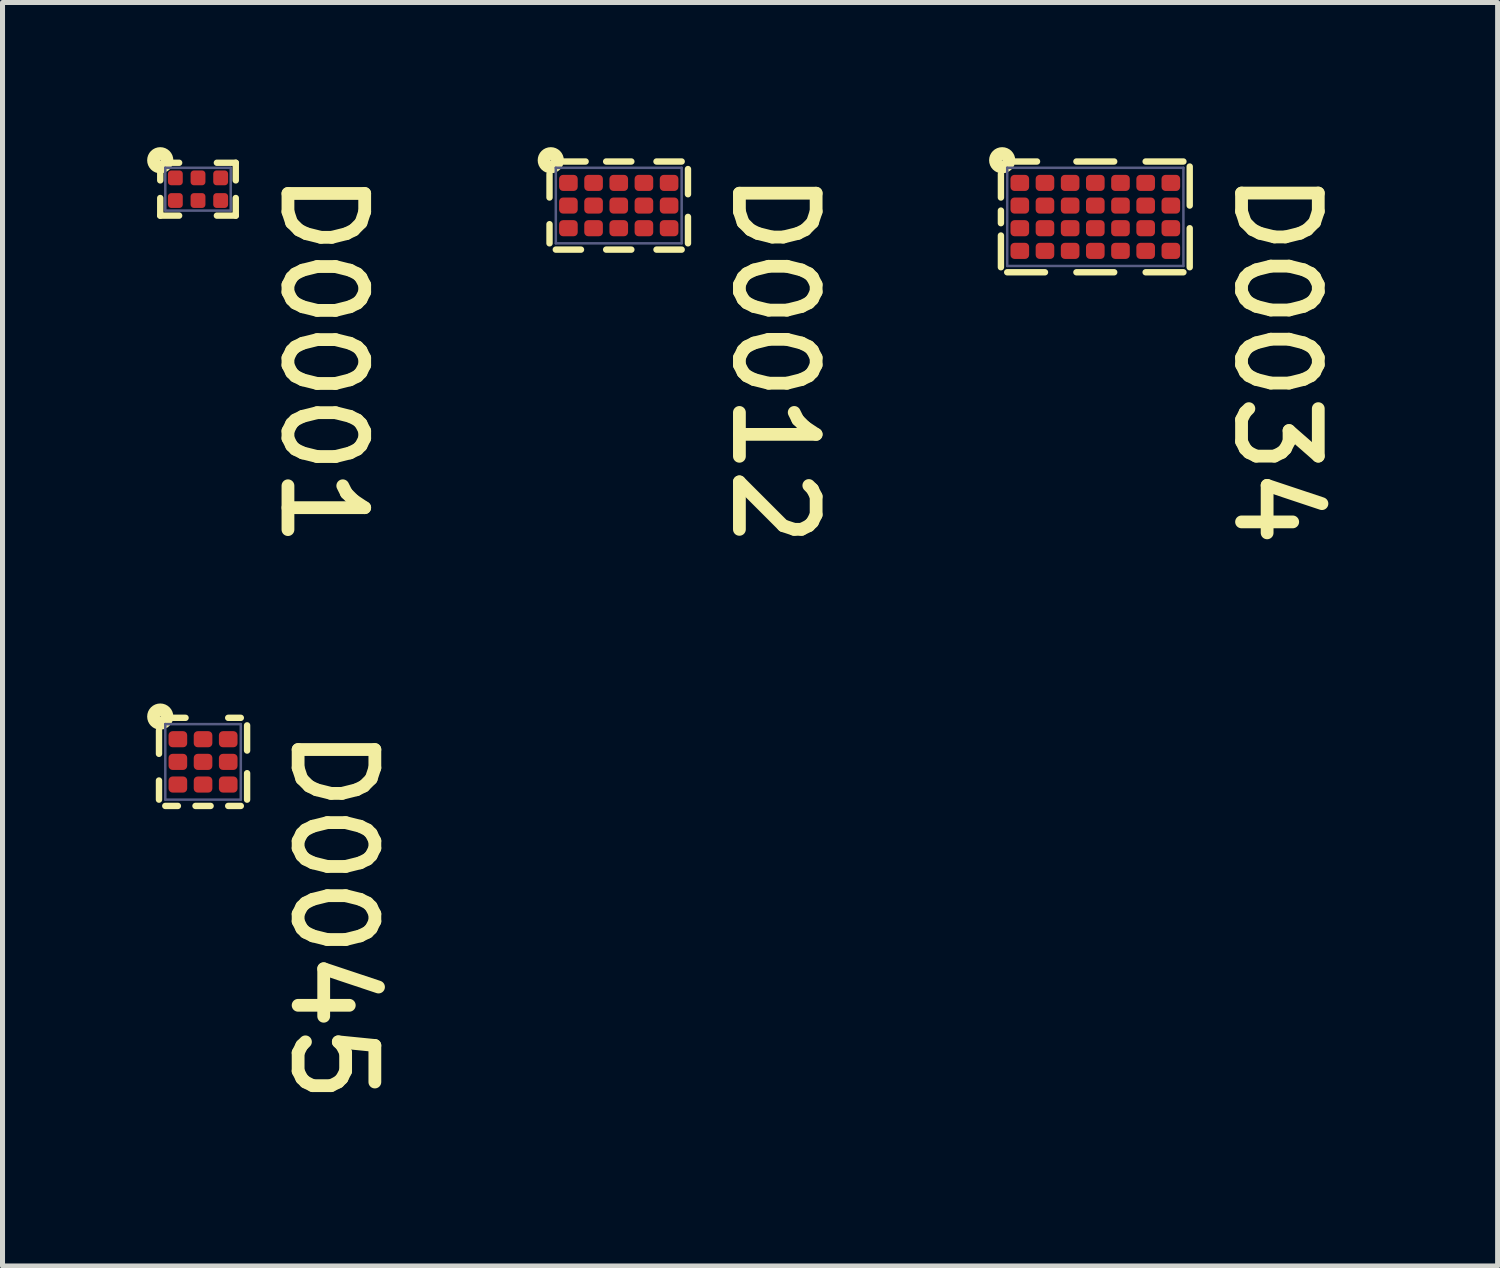
<source format=kicad_pcb>
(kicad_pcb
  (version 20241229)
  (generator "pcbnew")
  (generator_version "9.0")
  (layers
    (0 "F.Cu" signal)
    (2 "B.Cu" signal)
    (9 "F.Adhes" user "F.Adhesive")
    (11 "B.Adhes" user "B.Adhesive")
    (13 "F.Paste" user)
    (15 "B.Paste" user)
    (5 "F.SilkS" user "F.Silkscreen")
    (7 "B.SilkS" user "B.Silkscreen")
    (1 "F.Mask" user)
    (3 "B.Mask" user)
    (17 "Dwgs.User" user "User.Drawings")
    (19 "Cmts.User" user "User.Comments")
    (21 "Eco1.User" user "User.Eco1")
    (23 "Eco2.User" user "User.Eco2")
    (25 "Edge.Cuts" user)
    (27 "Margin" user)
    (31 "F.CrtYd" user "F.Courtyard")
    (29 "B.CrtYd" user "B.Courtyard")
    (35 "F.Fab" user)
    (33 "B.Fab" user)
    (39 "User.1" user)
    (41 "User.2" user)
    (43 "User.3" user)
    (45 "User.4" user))
  (footprint "D0034"
    (layer "F.Cu")
    (at 18.706 1.258)
    (property "Reference" "D0034" (at 2.705 -1.003 270) (unlocked yes) (layer "F.SilkS") (effects (font (size 1.524 1.524) (thickness 0.254)) (justify left bottom)))
    (attr smd)
    (fp_circle (center -1.5 -0.675) (end -1.442 -0.675) (stroke (width 0.115) (type solid)) (fill yes) (layer "F.Mask"))
    (fp_circle (center -1.5 -0.225) (end -1.442 -0.225) (stroke (width 0.115) (type solid)) (fill yes) (layer "F.Mask"))
    (fp_circle (center -1.5 0.225) (end -1.442 0.225) (stroke (width 0.115) (type solid)) (fill yes) (layer "F.Mask"))
    (fp_circle (center -1.5 0.675) (end -1.442 0.675) (stroke (width 0.115) (type solid)) (fill yes) (layer "F.Mask"))
    (fp_circle (center -1 -0.675) (end -0.943 -0.675) (stroke (width 0.115) (type solid)) (fill yes) (layer "F.Mask"))
    (fp_circle (center -1 -0.225) (end -0.943 -0.225) (stroke (width 0.115) (type solid)) (fill yes) (layer "F.Mask"))
    (fp_circle (center -1 0.225) (end -0.943 0.225) (stroke (width 0.115) (type solid)) (fill yes) (layer "F.Mask"))
    (fp_circle (center -1 0.675) (end -0.943 0.675) (stroke (width 0.115) (type solid)) (fill yes) (layer "F.Mask"))
    (fp_circle (center -0.5 -0.675) (end -0.443 -0.675) (stroke (width 0.115) (type solid)) (fill yes) (layer "F.Mask"))
    (fp_circle (center -0.5 -0.225) (end -0.443 -0.225) (stroke (width 0.115) (type solid)) (fill yes) (layer "F.Mask"))
    (fp_circle (center -0.5 0.225) (end -0.443 0.225) (stroke (width 0.115) (type solid)) (fill yes) (layer "F.Mask"))
    (fp_circle (center -0.5 0.675) (end -0.443 0.675) (stroke (width 0.115) (type solid)) (fill yes) (layer "F.Mask"))
    (fp_circle (center 0 -0.675) (end 0.058 -0.675) (stroke (width 0.115) (type solid)) (fill yes) (layer "F.Mask"))
    (fp_circle (center 0 -0.225) (end 0.058 -0.225) (stroke (width 0.115) (type solid)) (fill yes) (layer "F.Mask"))
    (fp_circle (center 0 0.225) (end 0.058 0.225) (stroke (width 0.115) (type solid)) (fill yes) (layer "F.Mask"))
    (fp_circle (center 0 0.675) (end 0.058 0.675) (stroke (width 0.115) (type solid)) (fill yes) (layer "F.Mask"))
    (fp_circle (center 0.5 -0.675) (end 0.557 -0.675) (stroke (width 0.115) (type solid)) (fill yes) (layer "F.Mask"))
    (fp_circle (center 0.5 -0.225) (end 0.557 -0.225) (stroke (width 0.115) (type solid)) (fill yes) (layer "F.Mask"))
    (fp_circle (center 0.5 0.225) (end 0.557 0.225) (stroke (width 0.115) (type solid)) (fill yes) (layer "F.Mask"))
    (fp_circle (center 0.5 0.675) (end 0.557 0.675) (stroke (width 0.115) (type solid)) (fill yes) (layer "F.Mask"))
    (fp_circle (center 1 -0.675) (end 1.058 -0.675) (stroke (width 0.115) (type solid)) (fill yes) (layer "F.Mask"))
    (fp_circle (center 1 -0.225) (end 1.058 -0.225) (stroke (width 0.115) (type solid)) (fill yes) (layer "F.Mask"))
    (fp_circle (center 1 0.225) (end 1.058 0.225) (stroke (width 0.115) (type solid)) (fill yes) (layer "F.Mask"))
    (fp_circle (center 1 0.675) (end 1.058 0.675) (stroke (width 0.115) (type solid)) (fill yes) (layer "F.Mask"))
    (fp_circle (center 1.5 -0.675) (end 1.558 -0.675) (stroke (width 0.115) (type solid)) (fill yes) (layer "F.Mask"))
    (fp_circle (center 1.5 -0.225) (end 1.558 -0.225) (stroke (width 0.115) (type solid)) (fill yes) (layer "F.Mask"))
    (fp_circle (center 1.5 0.225) (end 1.558 0.225) (stroke (width 0.115) (type solid)) (fill yes) (layer "F.Mask"))
    (fp_circle (center 1.5 0.675) (end 1.558 0.675) (stroke (width 0.115) (type solid)) (fill yes) (layer "F.Mask"))
    (fp_line (start -1.875 -0.85) (end -1.875 -0.385) (stroke (width 0.127) (type solid)) (layer "F.SilkS"))
    (fp_line (start -1.875 -0.125) (end -1.875 0.125) (stroke (width 0.127) (type solid)) (layer "F.SilkS"))
    (fp_line (start -1.875 0.37) (end -1.875 1) (stroke (width 0.127) (type solid)) (layer "F.SilkS"))
    (fp_line (start -1.75 1.1) (end -1 1.1) (stroke (width 0.127) (type solid)) (layer "F.SilkS"))
    (fp_line (start -1.599 -1.1) (end -1.158 -1.1) (stroke (width 0.127) (type solid)) (layer "F.SilkS"))
    (fp_line (start -0.375 -1.1) (end 0.375 -1.1) (stroke (width 0.127) (type solid)) (layer "F.SilkS"))
    (fp_line (start -0.375 1.1) (end 0.375 1.1) (stroke (width 0.127) (type solid)) (layer "F.SilkS"))
    (fp_line (start 1 -1.1) (end 1.75 -1.1) (stroke (width 0.127) (type solid)) (layer "F.SilkS"))
    (fp_line (start 1 1.1) (end 1.75 1.1) (stroke (width 0.127) (type solid)) (layer "F.SilkS"))
    (fp_line (start 1.875 -1) (end 1.875 -0.225) (stroke (width 0.127) (type solid)) (layer "F.SilkS"))
    (fp_line (start 1.875 0.225) (end 1.875 1) (stroke (width 0.127) (type solid)) (layer "F.SilkS"))
    (fp_circle (center -1.85 -1.125) (end -1.844 -1.125) (stroke (width 0.254) (type solid)) (fill no) (layer "F.SilkS"))
    (fp_line (start -1.75 -0.975) (end -1.75 0.975) (stroke (width 0.05) (type solid)) (layer "B.Fab"))
    (fp_line (start -1.75 -0.975) (end 1.75 -0.975) (stroke (width 0.05) (type solid)) (layer "B.Fab"))
    (fp_line (start -1.75 0.975) (end 1.75 0.975) (stroke (width 0.05) (type solid)) (layer "B.Fab"))
    (fp_line (start 1.75 -0.975) (end 1.75 0.975) (stroke (width 0.05) (type solid)) (layer "B.Fab"))
    (pad "1" smd roundrect (at -1.5 -0.675 180) (size 0.37 0.32) (layers "F.Cu" "F.Mask" "F.Paste") (roundrect_rratio 0.25))
    (pad "2" smd roundrect (at -1.5 -0.225 180) (size 0.37 0.32) (layers "F.Cu" "F.Mask" "F.Paste") (roundrect_rratio 0.25))
    (pad "3" smd roundrect (at -1.5 0.225 180) (size 0.37 0.32) (layers "F.Cu" "F.Mask" "F.Paste") (roundrect_rratio 0.25))
    (pad "4" smd roundrect (at -1.5 0.675 180) (size 0.37 0.32) (layers "F.Cu" "F.Mask" "F.Paste") (roundrect_rratio 0.25))
    (pad "5" smd roundrect (at -1 -0.675 180) (size 0.37 0.32) (layers "F.Cu" "F.Mask" "F.Paste") (roundrect_rratio 0.25))
    (pad "6" smd roundrect (at -1 -0.225 180) (size 0.37 0.32) (layers "F.Cu" "F.Mask" "F.Paste") (roundrect_rratio 0.25))
    (pad "7" smd roundrect (at -1 0.225 180) (size 0.37 0.32) (layers "F.Cu" "F.Mask" "F.Paste") (roundrect_rratio 0.25))
    (pad "8" smd roundrect (at -1 0.675 180) (size 0.37 0.32) (layers "F.Cu" "F.Mask" "F.Paste") (roundrect_rratio 0.25))
    (pad "9" smd roundrect (at -0.5 -0.675 180) (size 0.37 0.32) (layers "F.Cu" "F.Mask" "F.Paste") (roundrect_rratio 0.25))
    (pad "10" smd roundrect (at -0.5 -0.225 180) (size 0.37 0.32) (layers "F.Cu" "F.Mask" "F.Paste") (roundrect_rratio 0.25))
    (pad "11" smd roundrect (at -0.5 0.225 180) (size 0.37 0.32) (layers "F.Cu" "F.Mask" "F.Paste") (roundrect_rratio 0.25))
    (pad "12" smd roundrect (at -0.5 0.675 180) (size 0.37 0.32) (layers "F.Cu" "F.Mask" "F.Paste") (roundrect_rratio 0.25))
    (pad "13" smd roundrect (at 0 -0.675 180) (size 0.37 0.32) (layers "F.Cu" "F.Mask" "F.Paste") (roundrect_rratio 0.25))
    (pad "14" smd roundrect (at 0 -0.225 180) (size 0.37 0.32) (layers "F.Cu" "F.Mask" "F.Paste") (roundrect_rratio 0.25))
    (pad "15" smd roundrect (at 0 0.225 180) (size 0.37 0.32) (layers "F.Cu" "F.Mask" "F.Paste") (roundrect_rratio 0.25))
    (pad "16" smd roundrect (at 0 0.675 180) (size 0.37 0.32) (layers "F.Cu" "F.Mask" "F.Paste") (roundrect_rratio 0.25))
    (pad "17" smd roundrect (at 0.5 -0.675 180) (size 0.37 0.32) (layers "F.Cu" "F.Mask" "F.Paste") (roundrect_rratio 0.25))
    (pad "18" smd roundrect (at 0.5 -0.225 180) (size 0.37 0.32) (layers "F.Cu" "F.Mask" "F.Paste") (roundrect_rratio 0.25))
    (pad "19" smd roundrect (at 0.5 0.225 180) (size 0.37 0.32) (layers "F.Cu" "F.Mask" "F.Paste") (roundrect_rratio 0.25))
    (pad "20" smd roundrect (at 0.5 0.675 180) (size 0.37 0.32) (layers "F.Cu" "F.Mask" "F.Paste") (roundrect_rratio 0.25))
    (pad "21" smd roundrect (at 1 -0.675 180) (size 0.37 0.32) (layers "F.Cu" "F.Mask" "F.Paste") (roundrect_rratio 0.25))
    (pad "22" smd roundrect (at 1 -0.225 180) (size 0.37 0.32) (layers "F.Cu" "F.Mask" "F.Paste") (roundrect_rratio 0.25))
    (pad "23" smd roundrect (at 1 0.225 180) (size 0.37 0.32) (layers "F.Cu" "F.Mask" "F.Paste") (roundrect_rratio 0.25))
    (pad "24" smd roundrect (at 1 0.675 180) (size 0.37 0.32) (layers "F.Cu" "F.Mask" "F.Paste") (roundrect_rratio 0.25))
    (pad "25" smd roundrect (at 1.5 -0.675 180) (size 0.37 0.32) (layers "F.Cu" "F.Mask" "F.Paste") (roundrect_rratio 0.25))
    (pad "26" smd roundrect (at 1.5 -0.225 180) (size 0.37 0.32) (layers "F.Cu" "F.Mask" "F.Paste") (roundrect_rratio 0.25))
    (pad "27" smd roundrect (at 1.5 0.225 180) (size 0.37 0.32) (layers "F.Cu" "F.Mask" "F.Paste") (roundrect_rratio 0.25))
    (pad "28" smd roundrect (at 1.5 0.675 180) (size 0.37 0.32) (layers "F.Cu" "F.Mask" "F.Paste") (roundrect_rratio 0.25)))
  (footprint "D0001"
    (layer "F.Cu")
    (at 0.883 0.708)
    (property "Reference" "D0001" (at 1.587 -0.445 270) (unlocked yes) (layer "F.SilkS") (effects (font (size 1.524 1.524) (thickness 0.254)) (justify left bottom)))
    (attr smd)
    (fp_circle (center -0.45 -0.225) (end -0.394 -0.225) (stroke (width 0.113) (type solid)) (fill yes) (layer "F.Mask"))
    (fp_circle (center -0.45 0.225) (end -0.394 0.225) (stroke (width 0.113) (type solid)) (fill yes) (layer "F.Mask"))
    (fp_circle (center 0 -0.225) (end 0.056 -0.225) (stroke (width 0.113) (type solid)) (fill yes) (layer "F.Mask"))
    (fp_circle (center 0 0.225) (end 0.056 0.225) (stroke (width 0.113) (type solid)) (fill yes) (layer "F.Mask"))
    (fp_circle (center 0.45 -0.225) (end 0.506 -0.225) (stroke (width 0.113) (type solid)) (fill yes) (layer "F.Mask"))
    (fp_circle (center 0.45 0.225) (end 0.506 0.225) (stroke (width 0.113) (type solid)) (fill yes) (layer "F.Mask"))
    (fp_line (start -0.75 -0.325) (end -0.75 -0.175) (stroke (width 0.127) (type solid)) (layer "F.SilkS"))
    (fp_line (start -0.75 0.175) (end -0.75 0.525) (stroke (width 0.127) (type solid)) (layer "F.SilkS"))
    (fp_line (start -0.75 0.525) (end -0.375 0.525) (stroke (width 0.127) (type solid)) (layer "F.SilkS"))
    (fp_line (start -0.5 -0.525) (end -0.375 -0.525) (stroke (width 0.127) (type solid)) (layer "F.SilkS"))
    (fp_line (start 0.375 -0.525) (end 0.75 -0.525) (stroke (width 0.127) (type solid)) (layer "F.SilkS"))
    (fp_line (start 0.375 0.525) (end 0.75 0.525) (stroke (width 0.127) (type solid)) (layer "F.SilkS"))
    (fp_line (start 0.75 -0.525) (end 0.75 -0.175) (stroke (width 0.127) (type solid)) (layer "F.SilkS"))
    (fp_line (start 0.75 0.175) (end 0.75 0.525) (stroke (width 0.127) (type solid)) (layer "F.SilkS"))
    (fp_circle (center -0.75 -0.575) (end -0.744 -0.575) (stroke (width 0.254) (type solid)) (fill no) (layer "F.SilkS"))
    (fp_line (start -0.65 -0.425) (end -0.65 0.425) (stroke (width 0.05) (type solid)) (layer "B.Fab"))
    (fp_line (start -0.65 -0.425) (end 0.65 -0.425) (stroke (width 0.05) (type solid)) (layer "B.Fab"))
    (fp_line (start -0.65 0.425) (end 0.65 0.425) (stroke (width 0.05) (type solid)) (layer "B.Fab"))
    (fp_line (start 0.65 -0.425) (end 0.65 0.425) (stroke (width 0.05) (type solid)) (layer "B.Fab"))
    (pad "1" smd roundrect (at -0.45 -0.225) (size 0.295 0.295) (layers "F.Cu" "F.Mask" "F.Paste") (roundrect_rratio 0.225))
    (pad "2" smd roundrect (at -0.45 0.225) (size 0.295 0.295) (layers "F.Cu" "F.Mask" "F.Paste") (roundrect_rratio 0.225))
    (pad "3" smd roundrect (at 0 -0.225) (size 0.295 0.295) (layers "F.Cu" "F.Mask" "F.Paste") (roundrect_rratio 0.225))
    (pad "4" smd roundrect (at 0 0.225) (size 0.295 0.295) (layers "F.Cu" "F.Mask" "F.Paste") (roundrect_rratio 0.225))
    (pad "5" smd roundrect (at 0.45 -0.225) (size 0.295 0.295) (layers "F.Cu" "F.Mask" "F.Paste") (roundrect_rratio 0.225))
    (pad "6" smd roundrect (at 0.45 0.225) (size 0.295 0.295) (layers "F.Cu" "F.Mask" "F.Paste") (roundrect_rratio 0.225)))
  (footprint "D0045"
    (layer "F.Cu")
    (at 0.983 12.083)
    (property "Reference" "D0045" (at 1.689 -0.775 270) (unlocked yes) (layer "F.SilkS") (effects (font (size 1.524 1.524) (thickness 0.254)) (justify left bottom)))
    (attr smd)
    (fp_circle (center -0.5 -0.45) (end -0.443 -0.45) (stroke (width 0.115) (type solid)) (fill yes) (layer "F.Mask"))
    (fp_circle (center -0.5 0) (end -0.443 0) (stroke (width 0.115) (type solid)) (fill yes) (layer "F.Mask"))
    (fp_circle (center -0.5 0.45) (end -0.443 0.45) (stroke (width 0.115) (type solid)) (fill yes) (layer "F.Mask"))
    (fp_circle (center 0 -0.45) (end 0.058 -0.45) (stroke (width 0.115) (type solid)) (fill yes) (layer "F.Mask"))
    (fp_circle (center 0 0) (end 0.058 0) (stroke (width 0.115) (type solid)) (fill yes) (layer "F.Mask"))
    (fp_circle (center 0 0.45) (end 0.058 0.45) (stroke (width 0.115) (type solid)) (fill yes) (layer "F.Mask"))
    (fp_circle (center 0.5 -0.45) (end 0.557 -0.45) (stroke (width 0.115) (type solid)) (fill yes) (layer "F.Mask"))
    (fp_circle (center 0.5 0) (end 0.557 0) (stroke (width 0.115) (type solid)) (fill yes) (layer "F.Mask"))
    (fp_circle (center 0.5 0.45) (end 0.557 0.45) (stroke (width 0.115) (type solid)) (fill yes) (layer "F.Mask"))
    (fp_line (start -0.875 -0.625) (end -0.875 -0.16) (stroke (width 0.127) (type solid)) (layer "F.SilkS"))
    (fp_line (start -0.875 0.37) (end -0.875 0.75) (stroke (width 0.127) (type solid)) (layer "F.SilkS"))
    (fp_line (start -0.75 0.875) (end -0.5 0.875) (stroke (width 0.127) (type solid)) (layer "F.SilkS"))
    (fp_line (start -0.599 -0.875) (end -0.348 -0.875) (stroke (width 0.127) (type solid)) (layer "F.SilkS"))
    (fp_line (start -0.15 0.875) (end 0.15 0.875) (stroke (width 0.127) (type solid)) (layer "F.SilkS"))
    (fp_line (start 0.5 -0.875) (end 0.75 -0.875) (stroke (width 0.127) (type solid)) (layer "F.SilkS"))
    (fp_line (start 0.5 0.875) (end 0.75 0.875) (stroke (width 0.127) (type solid)) (layer "F.SilkS"))
    (fp_line (start 0.875 -0.725) (end 0.875 -0.225) (stroke (width 0.127) (type solid)) (layer "F.SilkS"))
    (fp_line (start 0.875 0.225) (end 0.875 0.75) (stroke (width 0.127) (type solid)) (layer "F.SilkS"))
    (fp_circle (center -0.85 -0.9) (end -0.844 -0.9) (stroke (width 0.254) (type solid)) (fill no) (layer "F.SilkS"))
    (fp_line (start -0.75 -0.75) (end -0.75 0.75) (stroke (width 0.05) (type solid)) (layer "B.Fab"))
    (fp_line (start -0.75 -0.75) (end 0.75 -0.75) (stroke (width 0.05) (type solid)) (layer "B.Fab"))
    (fp_line (start -0.75 0.75) (end 0.75 0.75) (stroke (width 0.05) (type solid)) (layer "B.Fab"))
    (fp_line (start 0.75 -0.75) (end 0.75 0.75) (stroke (width 0.05) (type solid)) (layer "B.Fab"))
    (pad "1" smd roundrect (at -0.5 -0.45 180) (size 0.37 0.32) (layers "F.Cu" "F.Mask" "F.Paste") (roundrect_rratio 0.25))
    (pad "2" smd roundrect (at -0.5 0 180) (size 0.37 0.32) (layers "F.Cu" "F.Mask" "F.Paste") (roundrect_rratio 0.25))
    (pad "3" smd roundrect (at -0.5 0.45 180) (size 0.37 0.32) (layers "F.Cu" "F.Mask" "F.Paste") (roundrect_rratio 0.25))
    (pad "4" smd roundrect (at 0 -0.45 180) (size 0.37 0.32) (layers "F.Cu" "F.Mask" "F.Paste") (roundrect_rratio 0.25))
    (pad "5" smd roundrect (at 0 0 180) (size 0.37 0.32) (layers "F.Cu" "F.Mask" "F.Paste") (roundrect_rratio 0.25))
    (pad "6" smd roundrect (at 0 0.45 180) (size 0.37 0.32) (layers "F.Cu" "F.Mask" "F.Paste") (roundrect_rratio 0.25))
    (pad "7" smd roundrect (at 0.5 -0.45 180) (size 0.37 0.32) (layers "F.Cu" "F.Mask" "F.Paste") (roundrect_rratio 0.25))
    (pad "8" smd roundrect (at 0.5 0 180) (size 0.37 0.32) (layers "F.Cu" "F.Mask" "F.Paste") (roundrect_rratio 0.25))
    (pad "9" smd roundrect (at 0.5 0.45 180) (size 0.37 0.32) (layers "F.Cu" "F.Mask" "F.Paste") (roundrect_rratio 0.25)))
  (footprint "D0012"
    (layer "F.Cu")
    (at 9.24 1.033)
    (property "Reference" "D0012" (at 2.197 -0.775 270) (unlocked yes) (layer "F.SilkS") (effects (font (size 1.524 1.524) (thickness 0.254)) (justify left bottom)))
    (attr smd)
    (fp_circle (center -1 -0.45) (end -0.943 -0.45) (stroke (width 0.115) (type solid)) (fill yes) (layer "F.Mask"))
    (fp_circle (center -1 0) (end -0.943 0) (stroke (width 0.115) (type solid)) (fill yes) (layer "F.Mask"))
    (fp_circle (center -1 0.45) (end -0.943 0.45) (stroke (width 0.115) (type solid)) (fill yes) (layer "F.Mask"))
    (fp_circle (center -0.5 -0.45) (end -0.443 -0.45) (stroke (width 0.115) (type solid)) (fill yes) (layer "F.Mask"))
    (fp_circle (center -0.5 0) (end -0.443 0) (stroke (width 0.115) (type solid)) (fill yes) (layer "F.Mask"))
    (fp_circle (center -0.5 0.45) (end -0.443 0.45) (stroke (width 0.115) (type solid)) (fill yes) (layer "F.Mask"))
    (fp_circle (center 0 -0.45) (end 0.058 -0.45) (stroke (width 0.115) (type solid)) (fill yes) (layer "F.Mask"))
    (fp_circle (center 0 0) (end 0.058 0) (stroke (width 0.115) (type solid)) (fill yes) (layer "F.Mask"))
    (fp_circle (center 0 0.45) (end 0.058 0.45) (stroke (width 0.115) (type solid)) (fill yes) (layer "F.Mask"))
    (fp_circle (center 0.5 -0.45) (end 0.557 -0.45) (stroke (width 0.115) (type solid)) (fill yes) (layer "F.Mask"))
    (fp_circle (center 0.5 0) (end 0.557 0) (stroke (width 0.115) (type solid)) (fill yes) (layer "F.Mask"))
    (fp_circle (center 0.5 0.45) (end 0.557 0.45) (stroke (width 0.115) (type solid)) (fill yes) (layer "F.Mask"))
    (fp_circle (center 1 -0.45) (end 1.058 -0.45) (stroke (width 0.115) (type solid)) (fill yes) (layer "F.Mask"))
    (fp_circle (center 1 0) (end 1.058 0) (stroke (width 0.115) (type solid)) (fill yes) (layer "F.Mask"))
    (fp_circle (center 1 0.45) (end 1.058 0.45) (stroke (width 0.115) (type solid)) (fill yes) (layer "F.Mask"))
    (fp_line (start -1.375 -0.625) (end -1.375 -0.16) (stroke (width 0.127) (type solid)) (layer "F.SilkS"))
    (fp_line (start -1.375 0.37) (end -1.375 0.75) (stroke (width 0.127) (type solid)) (layer "F.SilkS"))
    (fp_line (start -1.25 0.875) (end -0.75 0.875) (stroke (width 0.127) (type solid)) (layer "F.SilkS"))
    (fp_line (start -1.099 -0.875) (end -0.658 -0.875) (stroke (width 0.127) (type solid)) (layer "F.SilkS"))
    (fp_line (start -0.25 -0.875) (end 0.25 -0.875) (stroke (width 0.127) (type solid)) (layer "F.SilkS"))
    (fp_line (start -0.25 0.875) (end 0.25 0.875) (stroke (width 0.127) (type solid)) (layer "F.SilkS"))
    (fp_line (start 0.75 -0.875) (end 1.25 -0.875) (stroke (width 0.127) (type solid)) (layer "F.SilkS"))
    (fp_line (start 0.75 0.875) (end 1.25 0.875) (stroke (width 0.127) (type solid)) (layer "F.SilkS"))
    (fp_line (start 1.375 -0.725) (end 1.375 -0.225) (stroke (width 0.127) (type solid)) (layer "F.SilkS"))
    (fp_line (start 1.375 0.225) (end 1.375 0.75) (stroke (width 0.127) (type solid)) (layer "F.SilkS"))
    (fp_circle (center -1.35 -0.9) (end -1.344 -0.9) (stroke (width 0.254) (type solid)) (fill no) (layer "F.SilkS"))
    (fp_line (start -1.25 -0.75) (end -1.25 0.75) (stroke (width 0.05) (type solid)) (layer "B.Fab"))
    (fp_line (start -1.25 -0.75) (end 1.25 -0.75) (stroke (width 0.05) (type solid)) (layer "B.Fab"))
    (fp_line (start -1.25 0.75) (end 1.25 0.75) (stroke (width 0.05) (type solid)) (layer "B.Fab"))
    (fp_line (start 1.25 -0.75) (end 1.25 0.75) (stroke (width 0.05) (type solid)) (layer "B.Fab"))
    (pad "1" smd roundrect (at -1 -0.45 180) (size 0.37 0.32) (layers "F.Cu" "F.Mask" "F.Paste") (roundrect_rratio 0.25))
    (pad "2" smd roundrect (at -1 0 180) (size 0.37 0.32) (layers "F.Cu" "F.Mask" "F.Paste") (roundrect_rratio 0.25))
    (pad "3" smd roundrect (at -1 0.45 180) (size 0.37 0.32) (layers "F.Cu" "F.Mask" "F.Paste") (roundrect_rratio 0.25))
    (pad "4" smd roundrect (at -0.5 -0.45 180) (size 0.37 0.32) (layers "F.Cu" "F.Mask" "F.Paste") (roundrect_rratio 0.25))
    (pad "5" smd roundrect (at -0.5 0 180) (size 0.37 0.32) (layers "F.Cu" "F.Mask" "F.Paste") (roundrect_rratio 0.25))
    (pad "6" smd roundrect (at -0.5 0.45 180) (size 0.37 0.32) (layers "F.Cu" "F.Mask" "F.Paste") (roundrect_rratio 0.25))
    (pad "7" smd roundrect (at 0 -0.45 180) (size 0.37 0.32) (layers "F.Cu" "F.Mask" "F.Paste") (roundrect_rratio 0.25))
    (pad "8" smd roundrect (at 0 0 180) (size 0.37 0.32) (layers "F.Cu" "F.Mask" "F.Paste") (roundrect_rratio 0.25))
    (pad "9" smd roundrect (at 0 0.45 180) (size 0.37 0.32) (layers "F.Cu" "F.Mask" "F.Paste") (roundrect_rratio 0.25))
    (pad "10" smd roundrect (at 0.5 -0.45 180) (size 0.37 0.32) (layers "F.Cu" "F.Mask" "F.Paste") (roundrect_rratio 0.25))
    (pad "11" smd roundrect (at 0.5 0 180) (size 0.37 0.32) (layers "F.Cu" "F.Mask" "F.Paste") (roundrect_rratio 0.25))
    (pad "12" smd roundrect (at 0.5 0.45 180) (size 0.37 0.32) (layers "F.Cu" "F.Mask" "F.Paste") (roundrect_rratio 0.25))
    (pad "13" smd roundrect (at 1 -0.45 180) (size 0.37 0.32) (layers "F.Cu" "F.Mask" "F.Paste") (roundrect_rratio 0.25))
    (pad "14" smd roundrect (at 1 0 180) (size 0.37 0.32) (layers "F.Cu" "F.Mask" "F.Paste") (roundrect_rratio 0.25))
    (pad "15" smd roundrect (at 1 0.45 180) (size 0.37 0.32) (layers "F.Cu" "F.Mask" "F.Paste") (roundrect_rratio 0.25)))
  (gr_rect
    (start -3 -3)
    (end 26.697 22.096)
    (stroke (width 0.1) (type default))
    (fill no)
    (layer "Edge.Cuts")))
</source>
